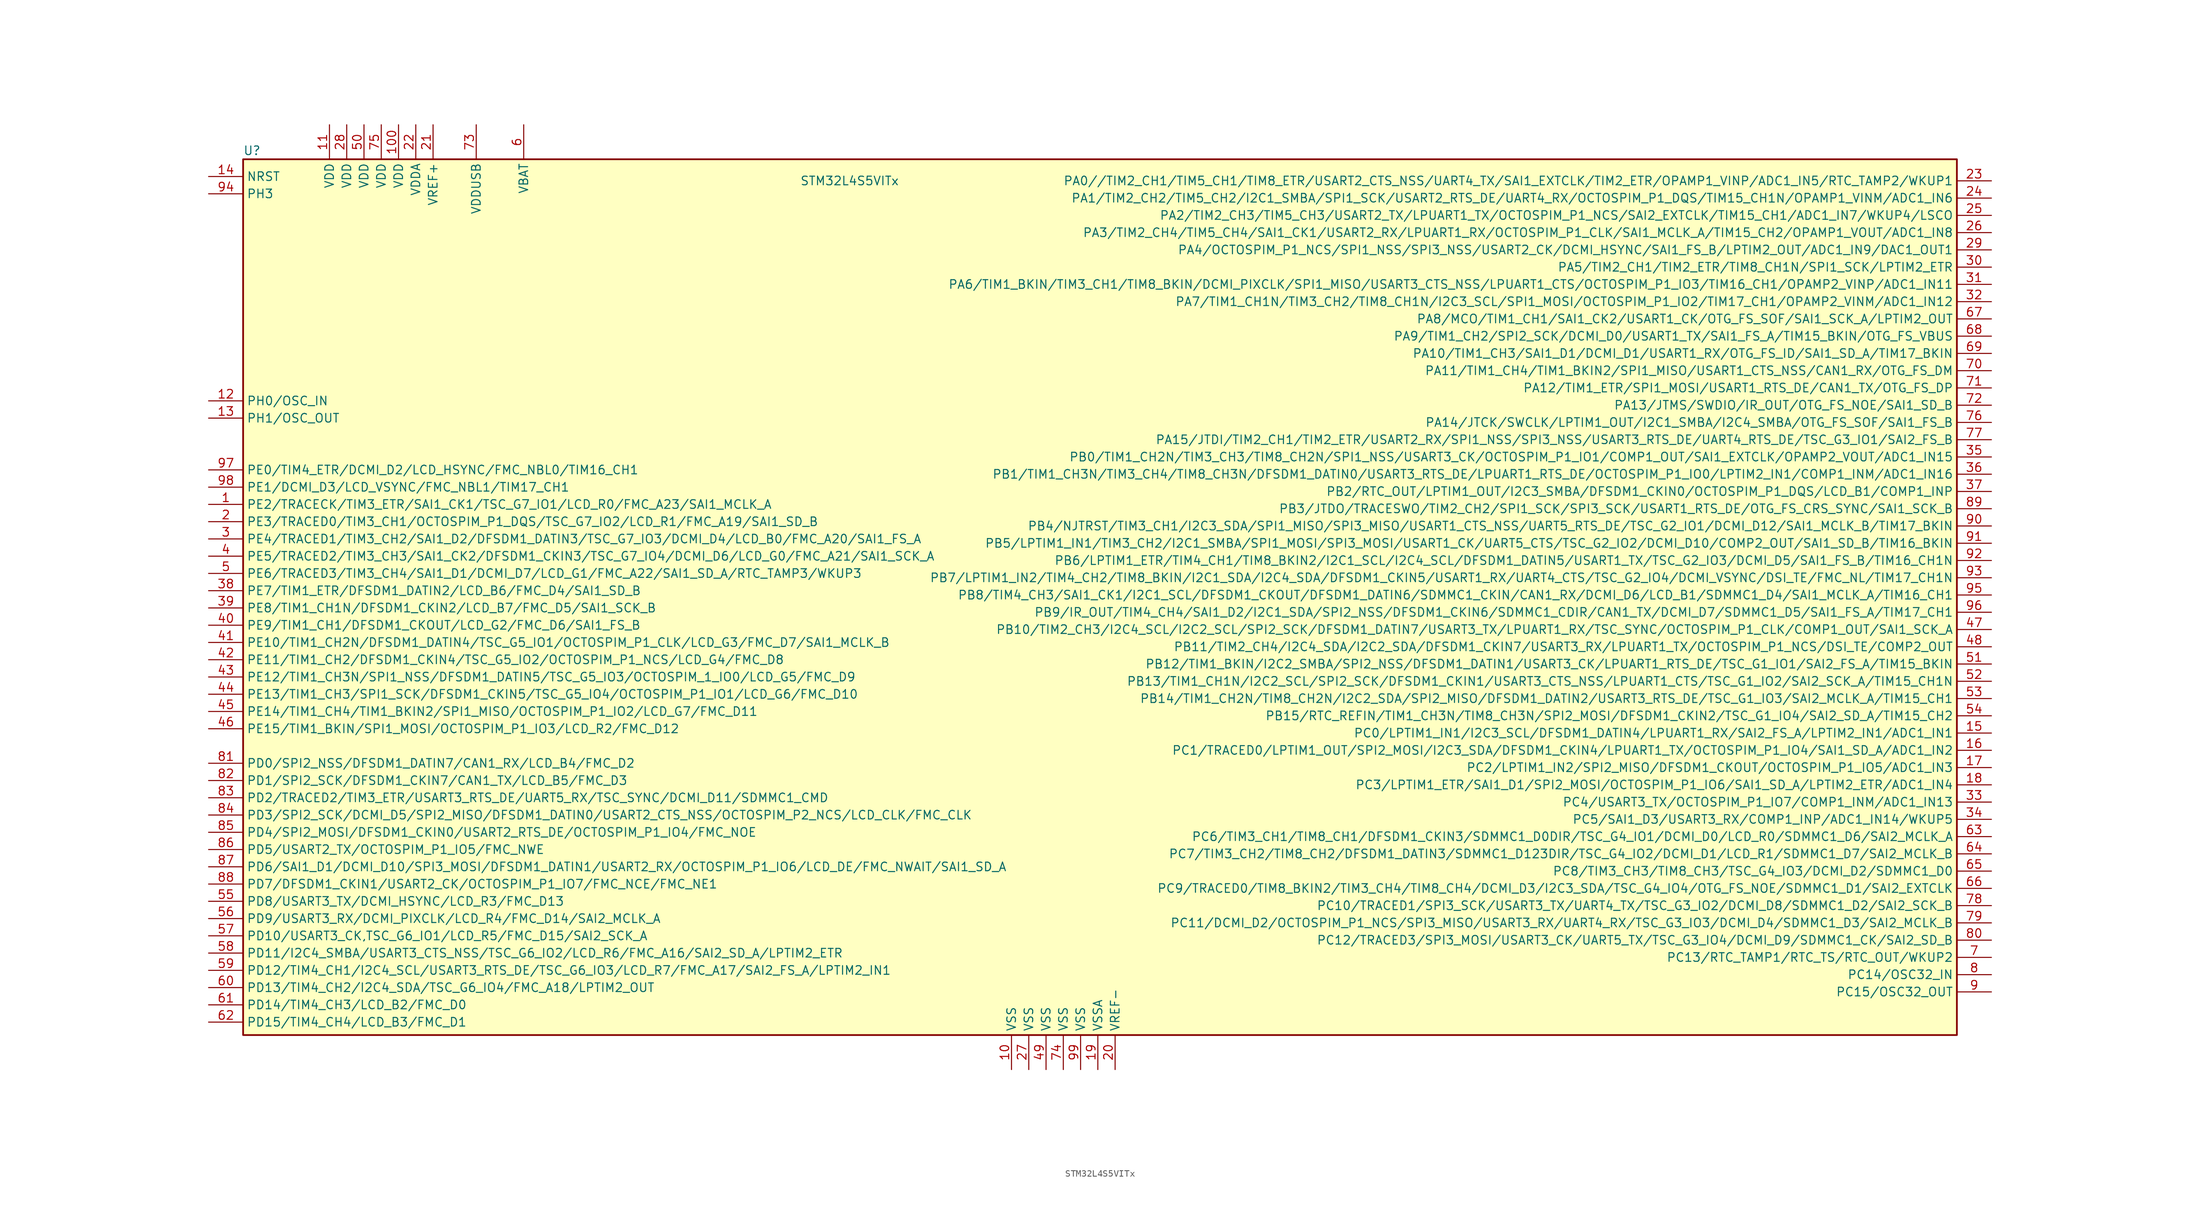
<source format=kicad_sym>
(kicad_symbol_lib
  (version 20201005)
  (generator kicad_symbol_editor)
  (symbol "STM32L4S5VITx:STM32L4S5VITx"
    (property "Reference" "U"
      (at -17.78 64.77 0)
      (effects (font (size 1.27 1.27)) (justify left)))
    (property "Value" "STM32L4S5VITx"
      (at 64.135 60.325 0)
      (effects (font (size 1.27 1.27)) (justify left)))
    (symbol "STM32L4S5VITx_0_1"
      (rectangle (start -17.78 63.5) (end 234.315 -65.405) (stroke (width 0.254)) (fill (type background))))
    (symbol "STM32L4S5VITx_1_1"
      (pin input line (at -22.86 60.96 0) (length 5.08) (name "NRST" (effects (font (size 1.27 1.27)))) (number "14" (effects (font (size 1.27 1.27)))))
      (pin bidirectional line (at 239.395 60.325 180) (length 5.08) (name "PA0//TIM2_CH1/TIM5_CH1/TIM8_ETR/USART2_CTS_NSS/UART4_TX/SAI1_EXTCLK/TIM2_ETR/OPAMP1_VINP/ADC1_IN5/RTC_TAMP2/WKUP1" (effects (font (size 1.27 1.27)))) (number "23" (effects (font (size 1.27 1.27)))))
      (pin bidirectional line (at 239.395 57.785 180) (length 5.08) (name "PA1/TIM2_CH2/TIM5_CH2/I2C1_SMBA/SPI1_SCK/USART2_RTS_DE/UART4_RX/OCTOSPIM_P1_DQS/TIM15_CH1N/OPAMP1_VINM/ADC1_IN6" (effects (font (size 1.27 1.27)))) (number "24" (effects (font (size 1.27 1.27)))))
      (pin bidirectional line (at 239.395 34.925 180) (length 5.08) (name "PA10/TIM1_CH3/SAI1_D1/DCMI_D1/USART1_RX/OTG_FS_ID/SAI1_SD_A/TIM17_BKIN" (effects (font (size 1.27 1.27)))) (number "69" (effects (font (size 1.27 1.27)))))
      (pin bidirectional line (at 239.395 32.385 180) (length 5.08) (name "PA11/TIM1_CH4/TIM1_BKIN2/SPI1_MISO/USART1_CTS_NSS/CAN1_RX/OTG_FS_DM" (effects (font (size 1.27 1.27)))) (number "70" (effects (font (size 1.27 1.27)))))
      (pin bidirectional line (at 239.395 29.845 180) (length 5.08) (name "PA12/TIM1_ETR/SPI1_MOSI/USART1_RTS_DE/CAN1_TX/OTG_FS_DP" (effects (font (size 1.27 1.27)))) (number "71" (effects (font (size 1.27 1.27)))))
      (pin bidirectional line (at 239.395 27.305 180) (length 5.08) (name "PA13/JTMS/SWDIO/IR_OUT/OTG_FS_NOE/SAI1_SD_B" (effects (font (size 1.27 1.27)))) (number "72" (effects (font (size 1.27 1.27)))))
      (pin bidirectional line (at 239.395 24.765 180) (length 5.08) (name "PA14/JTCK/SWCLK/LPTIM1_OUT/I2C1_SMBA/I2C4_SMBA/OTG_FS_SOF/SAI1_FS_B" (effects (font (size 1.27 1.27)))) (number "76" (effects (font (size 1.27 1.27)))))
      (pin bidirectional line (at 239.395 22.225 180) (length 5.08) (name "PA15/JTDI/TIM2_CH1/TIM2_ETR/USART2_RX/SPI1_NSS/SPI3_NSS/USART3_RTS_DE/UART4_RTS_DE/TSC_G3_IO1/SAI2_FS_B" (effects (font (size 1.27 1.27)))) (number "77" (effects (font (size 1.27 1.27)))))
      (pin bidirectional line (at 239.395 55.245 180) (length 5.08) (name "PA2/TIM2_CH3/TIM5_CH3/USART2_TX/LPUART1_TX/OCTOSPIM_P1_NCS/SAI2_EXTCLK/TIM15_CH1/ADC1_IN7/WKUP4/LSCO" (effects (font (size 1.27 1.27)))) (number "25" (effects (font (size 1.27 1.27)))))
      (pin bidirectional line (at 239.395 52.705 180) (length 5.08) (name "PA3/TIM2_CH4/TIM5_CH4/SAI1_CK1/USART2_RX/LPUART1_RX/OCTOSPIM_P1_CLK/SAI1_MCLK_A/TIM15_CH2/OPAMP1_VOUT/ADC1_IN8" (effects (font (size 1.27 1.27)))) (number "26" (effects (font (size 1.27 1.27)))))
      (pin bidirectional line (at 239.395 50.165 180) (length 5.08) (name "PA4/OCTOSPIM_P1_NCS/SPI1_NSS/SPI3_NSS/USART2_CK/DCMI_HSYNC/SAI1_FS_B/LPTIM2_OUT/ADC1_IN9/DAC1_OUT1" (effects (font (size 1.27 1.27)))) (number "29" (effects (font (size 1.27 1.27)))))
      (pin bidirectional line (at 239.395 47.625 180) (length 5.08) (name "PA5/TIM2_CH1/TIM2_ETR/TIM8_CH1N/SPI1_SCK/LPTIM2_ETR" (effects (font (size 1.27 1.27)))) (number "30" (effects (font (size 1.27 1.27)))))
      (pin bidirectional line (at 239.395 45.085 180) (length 5.08) (name "PA6/TIM1_BKIN/TIM3_CH1/TIM8_BKIN/DCMI_PIXCLK/SPI1_MISO/USART3_CTS_NSS/LPUART1_CTS/OCTOSPIM_P1_IO3/TIM16_CH1/OPAMP2_VINP/ADC1_IN11" (effects (font (size 1.27 1.27)))) (number "31" (effects (font (size 1.27 1.27)))))
      (pin bidirectional line (at 239.395 42.545 180) (length 5.08) (name "PA7/TIM1_CH1N/TIM3_CH2/TIM8_CH1N/I2C3_SCL/SPI1_MOSI/OCTOSPIM_P1_IO2/TIM17_CH1/OPAMP2_VINM/ADC1_IN12" (effects (font (size 1.27 1.27)))) (number "32" (effects (font (size 1.27 1.27)))))
      (pin bidirectional line (at 239.395 40.005 180) (length 5.08) (name "PA8/MCO/TIM1_CH1/SAI1_CK2/USART1_CK/OTG_FS_SOF/SAI1_SCK_A/LPTIM2_OUT" (effects (font (size 1.27 1.27)))) (number "67" (effects (font (size 1.27 1.27)))))
      (pin bidirectional line (at 239.395 37.465 180) (length 5.08) (name "PA9/TIM1_CH2/SPI2_SCK/DCMI_D0/USART1_TX/SAI1_FS_A/TIM15_BKIN/OTG_FS_VBUS" (effects (font (size 1.27 1.27)))) (number "68" (effects (font (size 1.27 1.27)))))
      (pin bidirectional line (at 239.395 19.685 180) (length 5.08) (name "PB0/TIM1_CH2N/TIM3_CH3/TIM8_CH2N/SPI1_NSS/USART3_CK/OCTOSPIM_P1_IO1/COMP1_OUT/SAI1_EXTCLK/OPAMP2_VOUT/ADC1_IN15" (effects (font (size 1.27 1.27)))) (number "35" (effects (font (size 1.27 1.27)))))
      (pin bidirectional line (at 239.395 17.145 180) (length 5.08) (name "PB1/TIM1_CH3N/TIM3_CH4/TIM8_CH3N/DFSDM1_DATIN0/USART3_RTS_DE/LPUART1_RTS_DE/OCTOSPIM_P1_IO0/LPTIM2_IN1/COMP1_INM/ADC1_IN16" (effects (font (size 1.27 1.27)))) (number "36" (effects (font (size 1.27 1.27)))))
      (pin bidirectional line (at 239.395 -5.715 180) (length 5.08) (name "PB10/TIM2_CH3/I2C4_SCL/I2C2_SCL/SPI2_SCK/DFSDM1_DATIN7/USART3_TX/LPUART1_RX/TSC_SYNC/OCTOSPIM_P1_CLK/COMP1_OUT/SAI1_SCK_A" (effects (font (size 1.27 1.27)))) (number "47" (effects (font (size 1.27 1.27)))))
      (pin bidirectional line (at 239.395 -8.255 180) (length 5.08) (name "PB11/TIM2_CH4/I2C4_SDA/I2C2_SDA/DFSDM1_CKIN7/USART3_RX/LPUART1_TX/OCTOSPIM_P1_NCS/DSI_TE/COMP2_OUT" (effects (font (size 1.27 1.27)))) (number "48" (effects (font (size 1.27 1.27)))))
      (pin bidirectional line (at 239.395 -10.795 180) (length 5.08) (name "PB12/TIM1_BKIN/I2C2_SMBA/SPI2_NSS/DFSDM1_DATIN1/USART3_CK/LPUART1_RTS_DE/TSC_G1_IO1/SAI2_FS_A/TIM15_BKIN" (effects (font (size 1.27 1.27)))) (number "51" (effects (font (size 1.27 1.27)))))
      (pin bidirectional line (at 239.395 -13.335 180) (length 5.08) (name "PB13/TIM1_CH1N/I2C2_SCL/SPI2_SCK/DFSDM1_CKIN1/USART3_CTS_NSS/LPUART1_CTS/TSC_G1_IO2/SAI2_SCK_A/TIM15_CH1N" (effects (font (size 1.27 1.27)))) (number "52" (effects (font (size 1.27 1.27)))))
      (pin bidirectional line (at 239.395 -15.875 180) (length 5.08) (name "PB14/TIM1_CH2N/TIM8_CH2N/I2C2_SDA/SPI2_MISO/DFSDM1_DATIN2/USART3_RTS_DE/TSC_G1_IO3/SAI2_MCLK_A/TIM15_CH1" (effects (font (size 1.27 1.27)))) (number "53" (effects (font (size 1.27 1.27)))))
      (pin bidirectional line (at 239.395 -18.415 180) (length 5.08) (name "PB15/RTC_REFIN/TIM1_CH3N/TIM8_CH3N/SPI2_MOSI/DFSDM1_CKIN2/TSC_G1_IO4/SAI2_SD_A/TIM15_CH2" (effects (font (size 1.27 1.27)))) (number "54" (effects (font (size 1.27 1.27)))))
      (pin bidirectional line (at 239.395 14.605 180) (length 5.08) (name "PB2/RTC_OUT/LPTIM1_OUT/I2C3_SMBA/DFSDM1_CKIN0/OCTOSPIM_P1_DQS/LCD_B1/COMP1_INP" (effects (font (size 1.27 1.27)))) (number "37" (effects (font (size 1.27 1.27)))))
      (pin bidirectional line (at 239.395 12.065 180) (length 5.08) (name "PB3/JTDO/TRACESWO/TIM2_CH2/SPI1_SCK/SPI3_SCK/USART1_RTS_DE/OTG_FS_CRS_SYNC/SAI1_SCK_B" (effects (font (size 1.27 1.27)))) (number "89" (effects (font (size 1.27 1.27)))))
      (pin bidirectional line (at 239.395 9.525 180) (length 5.08) (name "PB4/NJTRST/TIM3_CH1/I2C3_SDA/SPI1_MISO/SPI3_MISO/USART1_CTS_NSS/UART5_RTS_DE/TSC_G2_IO1/DCMI_D12/SAI1_MCLK_B/TIM17_BKIN" (effects (font (size 1.27 1.27)))) (number "90" (effects (font (size 1.27 1.27)))))
      (pin bidirectional line (at 239.395 6.985 180) (length 5.08) (name "PB5/LPTIM1_IN1/TIM3_CH2/I2C1_SMBA/SPI1_MOSI/SPI3_MOSI/USART1_CK/UART5_CTS/TSC_G2_IO2/DCMI_D10/COMP2_OUT/SAI1_SD_B/TIM16_BKIN" (effects (font (size 1.27 1.27)))) (number "91" (effects (font (size 1.27 1.27)))))
      (pin bidirectional line (at 239.395 4.445 180) (length 5.08) (name "PB6/LPTIM1_ETR/TIM4_CH1/TIM8_BKIN2/I2C1_SCL/I2C4_SCL/DFSDM1_DATIN5/USART1_TX/TSC_G2_IO3/DCMI_D5/SAI1_FS_B/TIM16_CH1N" (effects (font (size 1.27 1.27)))) (number "92" (effects (font (size 1.27 1.27)))))
      (pin bidirectional line (at 239.395 1.905 180) (length 5.08) (name "PB7/LPTIM1_IN2/TIM4_CH2/TIM8_BKIN/I2C1_SDA/I2C4_SDA/DFSDM1_CKIN5/USART1_RX/UART4_CTS/TSC_G2_IO4/DCMI_VSYNC/DSI_TE/FMC_NL/TIM17_CH1N" (effects (font (size 1.27 1.27)))) (number "93" (effects (font (size 1.27 1.27)))))
      (pin bidirectional line (at 239.395 -0.635 180) (length 5.08) (name "PB8/TIM4_CH3/SAI1_CK1/I2C1_SCL/DFSDM1_CKOUT/DFSDM1_DATIN6/SDMMC1_CKIN/CAN1_RX/DCMI_D6/LCD_B1/SDMMC1_D4/SAI1_MCLK_A/TIM16_CH1" (effects (font (size 1.27 1.27)))) (number "95" (effects (font (size 1.27 1.27)))))
      (pin bidirectional line (at 239.395 -3.175 180) (length 5.08) (name "PB9/IR_OUT/TIM4_CH4/SAI1_D2/I2C1_SDA/SPI2_NSS/DFSDM1_CKIN6/SDMMC1_CDIR/CAN1_TX/DCMI_D7/SDMMC1_D5/SAI1_FS_A/TIM17_CH1" (effects (font (size 1.27 1.27)))) (number "96" (effects (font (size 1.27 1.27)))))
      (pin bidirectional line (at 239.395 -20.955 180) (length 5.08) (name "PC0/LPTIM1_IN1/I2C3_SCL/DFSDM1_DATIN4/LPUART1_RX/SAI2_FS_A/LPTIM2_IN1/ADC1_IN1" (effects (font (size 1.27 1.27)))) (number "15" (effects (font (size 1.27 1.27)))))
      (pin bidirectional line (at 239.395 -23.495 180) (length 5.08) (name "PC1/TRACED0/LPTIM1_OUT/SPI2_MOSI/I2C3_SDA/DFSDM1_CKIN4/LPUART1_TX/OCTOSPIM_P1_IO4/SAI1_SD_A/ADC1_IN2" (effects (font (size 1.27 1.27)))) (number "16" (effects (font (size 1.27 1.27)))))
      (pin bidirectional line (at 239.395 -46.355 180) (length 5.08) (name "PC10/TRACED1/SPI3_SCK/USART3_TX/UART4_TX/TSC_G3_IO2/DCMI_D8/SDMMC1_D2/SAI2_SCK_B" (effects (font (size 1.27 1.27)))) (number "78" (effects (font (size 1.27 1.27)))))
      (pin bidirectional line (at 239.395 -48.895 180) (length 5.08) (name "PC11/DCMI_D2/OCTOSPIM_P1_NCS/SPI3_MISO/USART3_RX/UART4_RX/TSC_G3_IO3/DCMI_D4/SDMMC1_D3/SAI2_MCLK_B" (effects (font (size 1.27 1.27)))) (number "79" (effects (font (size 1.27 1.27)))))
      (pin bidirectional line (at 239.395 -51.435 180) (length 5.08) (name "PC12/TRACED3/SPI3_MOSI/USART3_CK/UART5_TX/TSC_G3_IO4/DCMI_D9/SDMMC1_CK/SAI2_SD_B" (effects (font (size 1.27 1.27)))) (number "80" (effects (font (size 1.27 1.27)))))
      (pin bidirectional line (at 239.395 -53.975 180) (length 5.08) (name "PC13/RTC_TAMP1/RTC_TS/RTC_OUT/WKUP2" (effects (font (size 1.27 1.27)))) (number "7" (effects (font (size 1.27 1.27)))))
      (pin bidirectional line (at 239.395 -56.515 180) (length 5.08) (name "PC14/OSC32_IN" (effects (font (size 1.27 1.27)))) (number "8" (effects (font (size 1.27 1.27)))))
      (pin bidirectional line (at 239.395 -59.055 180) (length 5.08) (name "PC15/OSC32_OUT" (effects (font (size 1.27 1.27)))) (number "9" (effects (font (size 1.27 1.27)))))
      (pin bidirectional line (at 239.395 -26.035 180) (length 5.08) (name "PC2/LPTIM1_IN2/SPI2_MISO/DFSDM1_CKOUT/OCTOSPIM_P1_IO5/ADC1_IN3" (effects (font (size 1.27 1.27)))) (number "17" (effects (font (size 1.27 1.27)))))
      (pin bidirectional line (at 239.395 -28.575 180) (length 5.08) (name "PC3/LPTIM1_ETR/SAI1_D1/SPI2_MOSI/OCTOSPIM_P1_IO6/SAI1_SD_A/LPTIM2_ETR/ADC1_IN4" (effects (font (size 1.27 1.27)))) (number "18" (effects (font (size 1.27 1.27)))))
      (pin bidirectional line (at 239.395 -31.115 180) (length 5.08) (name "PC4/USART3_TX/OCTOSPIM_P1_IO7/COMP1_INM/ADC1_IN13" (effects (font (size 1.27 1.27)))) (number "33" (effects (font (size 1.27 1.27)))))
      (pin bidirectional line (at 239.395 -33.655 180) (length 5.08) (name "PC5/SAI1_D3/USART3_RX/COMP1_INP/ADC1_IN14/WKUP5" (effects (font (size 1.27 1.27)))) (number "34" (effects (font (size 1.27 1.27)))))
      (pin bidirectional line (at 239.395 -36.195 180) (length 5.08) (name "PC6/TIM3_CH1/TIM8_CH1/DFSDM1_CKIN3/SDMMC1_D0DIR/TSC_G4_IO1/DCMI_D0/LCD_R0/SDMMC1_D6/SAI2_MCLK_A" (effects (font (size 1.27 1.27)))) (number "63" (effects (font (size 1.27 1.27)))))
      (pin bidirectional line (at 239.395 -38.735 180) (length 5.08) (name "PC7/TIM3_CH2/TIM8_CH2/DFSDM1_DATIN3/SDMMC1_D123DIR/TSC_G4_IO2/DCMI_D1/LCD_R1/SDMMC1_D7/SAI2_MCLK_B" (effects (font (size 1.27 1.27)))) (number "64" (effects (font (size 1.27 1.27)))))
      (pin bidirectional line (at 239.395 -41.275 180) (length 5.08) (name "PC8/TIM3_CH3/TIM8_CH3/TSC_G4_IO3/DCMI_D2/SDMMC1_D0" (effects (font (size 1.27 1.27)))) (number "65" (effects (font (size 1.27 1.27)))))
      (pin bidirectional line (at 239.395 -43.815 180) (length 5.08) (name "PC9/TRACED0/TIM8_BKIN2/TIM3_CH4/TIM8_CH4/DCMI_D3/I2C3_SDA/TSC_G4_IO4/OTG_FS_NOE/SDMMC1_D1/SAI2_EXTCLK" (effects (font (size 1.27 1.27)))) (number "66" (effects (font (size 1.27 1.27)))))
      (pin bidirectional line (at -22.86 -25.4 0) (length 5.08) (name "PD0/SPI2_NSS/DFSDM1_DATIN7/CAN1_RX/LCD_B4/FMC_D2" (effects (font (size 1.27 1.27)))) (number "81" (effects (font (size 1.27 1.27)))))
      (pin bidirectional line (at -22.86 -27.94 0) (length 5.08) (name "PD1/SPI2_SCK/DFSDM1_CKIN7/CAN1_TX/LCD_B5/FMC_D3" (effects (font (size 1.27 1.27)))) (number "82" (effects (font (size 1.27 1.27)))))
      (pin bidirectional line (at -22.86 -50.8 0) (length 5.08) (name "PD10/USART3_CK,TSC_G6_IO1/LCD_R5/FMC_D15/SAI2_SCK_A" (effects (font (size 1.27 1.27)))) (number "57" (effects (font (size 1.27 1.27)))))
      (pin bidirectional line (at -22.86 -53.34 0) (length 5.08) (name "PD11/I2C4_SMBA/USART3_CTS_NSS/TSC_G6_IO2/LCD_R6/FMC_A16/SAI2_SD_A/LPTIM2_ETR" (effects (font (size 1.27 1.27)))) (number "58" (effects (font (size 1.27 1.27)))))
      (pin bidirectional line (at -22.86 -55.88 0) (length 5.08) (name "PD12/TIM4_CH1/I2C4_SCL/USART3_RTS_DE/TSC_G6_IO3/LCD_R7/FMC_A17/SAI2_FS_A/LPTIM2_IN1" (effects (font (size 1.27 1.27)))) (number "59" (effects (font (size 1.27 1.27)))))
      (pin bidirectional line (at -22.86 -58.42 0) (length 5.08) (name "PD13/TIM4_CH2/I2C4_SDA/TSC_G6_IO4/FMC_A18/LPTIM2_OUT" (effects (font (size 1.27 1.27)))) (number "60" (effects (font (size 1.27 1.27)))))
      (pin bidirectional line (at -22.86 -60.96 0) (length 5.08) (name "PD14/TIM4_CH3/LCD_B2/FMC_D0" (effects (font (size 1.27 1.27)))) (number "61" (effects (font (size 1.27 1.27)))))
      (pin bidirectional line (at -22.86 -63.5 0) (length 5.08) (name "PD15/TIM4_CH4/LCD_B3/FMC_D1" (effects (font (size 1.27 1.27)))) (number "62" (effects (font (size 1.27 1.27)))))
      (pin bidirectional line (at -22.86 -30.48 0) (length 5.08) (name "PD2/TRACED2/TIM3_ETR/USART3_RTS_DE/UART5_RX/TSC_SYNC/DCMI_D11/SDMMC1_CMD" (effects (font (size 1.27 1.27)))) (number "83" (effects (font (size 1.27 1.27)))))
      (pin bidirectional line (at -22.86 -33.02 0) (length 5.08) (name "PD3/SPI2_SCK/DCMI_D5/SPI2_MISO/DFSDM1_DATIN0/USART2_CTS_NSS/OCTOSPIM_P2_NCS/LCD_CLK/FMC_CLK" (effects (font (size 1.27 1.27)))) (number "84" (effects (font (size 1.27 1.27)))))
      (pin bidirectional line (at -22.86 -35.56 0) (length 5.08) (name "PD4/SPI2_MOSI/DFSDM1_CKIN0/USART2_RTS_DE/OCTOSPIM_P1_IO4/FMC_NOE" (effects (font (size 1.27 1.27)))) (number "85" (effects (font (size 1.27 1.27)))))
      (pin bidirectional line (at -22.86 -38.1 0) (length 5.08) (name "PD5/USART2_TX/OCTOSPIM_P1_IO5/FMC_NWE" (effects (font (size 1.27 1.27)))) (number "86" (effects (font (size 1.27 1.27)))))
      (pin bidirectional line (at -22.86 -40.64 0) (length 5.08) (name "PD6/SAI1_D1/DCMI_D10/SPI3_MOSI/DFSDM1_DATIN1/USART2_RX/OCTOSPIM_P1_IO6/LCD_DE/FMC_NWAIT/SAI1_SD_A" (effects (font (size 1.27 1.27)))) (number "87" (effects (font (size 1.27 1.27)))))
      (pin bidirectional line (at -22.86 -43.18 0) (length 5.08) (name "PD7/DFSDM1_CKIN1/USART2_CK/OCTOSPIM_P1_IO7/FMC_NCE/FMC_NE1" (effects (font (size 1.27 1.27)))) (number "88" (effects (font (size 1.27 1.27)))))
      (pin bidirectional line (at -22.86 -45.72 0) (length 5.08) (name "PD8/USART3_TX/DCMI_HSYNC/LCD_R3/FMC_D13" (effects (font (size 1.27 1.27)))) (number "55" (effects (font (size 1.27 1.27)))))
      (pin bidirectional line (at -22.86 -48.26 0) (length 5.08) (name "PD9/USART3_RX/DCMI_PIXCLK/LCD_R4/FMC_D14/SAI2_MCLK_A" (effects (font (size 1.27 1.27)))) (number "56" (effects (font (size 1.27 1.27)))))
      (pin bidirectional line (at -22.86 17.78 0) (length 5.08) (name "PE0/TIM4_ETR/DCMI_D2/LCD_HSYNC/FMC_NBL0/TIM16_CH1" (effects (font (size 1.27 1.27)))) (number "97" (effects (font (size 1.27 1.27)))))
      (pin bidirectional line (at -22.86 15.24 0) (length 5.08) (name "PE1/DCMI_D3/LCD_VSYNC/FMC_NBL1/TIM17_CH1" (effects (font (size 1.27 1.27)))) (number "98" (effects (font (size 1.27 1.27)))))
      (pin bidirectional line (at -22.86 -7.62 0) (length 5.08) (name "PE10/TIM1_CH2N/DFSDM1_DATIN4/TSC_G5_IO1/OCTOSPIM_P1_CLK/LCD_G3/FMC_D7/SAI1_MCLK_B" (effects (font (size 1.27 1.27)))) (number "41" (effects (font (size 1.27 1.27)))))
      (pin bidirectional line (at -22.86 -10.16 0) (length 5.08) (name "PE11/TIM1_CH2/DFSDM1_CKIN4/TSC_G5_IO2/OCTOSPIM_P1_NCS/LCD_G4/FMC_D8" (effects (font (size 1.27 1.27)))) (number "42" (effects (font (size 1.27 1.27)))))
      (pin bidirectional line (at -22.86 -12.7 0) (length 5.08) (name "PE12/TIM1_CH3N/SPI1_NSS/DFSDM1_DATIN5/TSC_G5_IO3/OCTOSPIM_1_IO0/LCD_G5/FMC_D9" (effects (font (size 1.27 1.27)))) (number "43" (effects (font (size 1.27 1.27)))))
      (pin bidirectional line (at -22.86 -15.24 0) (length 5.08) (name "PE13/TIM1_CH3/SPI1_SCK/DFSDM1_CKIN5/TSC_G5_IO4/OCTOSPIM_P1_IO1/LCD_G6/FMC_D10" (effects (font (size 1.27 1.27)))) (number "44" (effects (font (size 1.27 1.27)))))
      (pin bidirectional line (at -22.86 -17.78 0) (length 5.08) (name "PE14/TIM1_CH4/TIM1_BKIN2/SPI1_MISO/OCTOSPIM_P1_IO2/LCD_G7/FMC_D11" (effects (font (size 1.27 1.27)))) (number "45" (effects (font (size 1.27 1.27)))))
      (pin bidirectional line (at -22.86 -20.32 0) (length 5.08) (name "PE15/TIM1_BKIN/SPI1_MOSI/OCTOSPIM_P1_IO3/LCD_R2/FMC_D12" (effects (font (size 1.27 1.27)))) (number "46" (effects (font (size 1.27 1.27)))))
      (pin bidirectional line (at -22.86 12.7 0) (length 5.08) (name "PE2/TRACECK/TIM3_ETR/SAI1_CK1/TSC_G7_IO1/LCD_R0/FMC_A23/SAI1_MCLK_A" (effects (font (size 1.27 1.27)))) (number "1" (effects (font (size 1.27 1.27)))))
      (pin bidirectional line (at -22.86 10.16 0) (length 5.08) (name "PE3/TRACED0/TIM3_CH1/OCTOSPIM_P1_DQS/TSC_G7_IO2/LCD_R1/FMC_A19/SAI1_SD_B" (effects (font (size 1.27 1.27)))) (number "2" (effects (font (size 1.27 1.27)))))
      (pin bidirectional line (at -22.86 7.62 0) (length 5.08) (name "PE4/TRACED1/TIM3_CH2/SAI1_D2/DFSDM1_DATIN3/TSC_G7_IO3/DCMI_D4/LCD_B0/FMC_A20/SAI1_FS_A" (effects (font (size 1.27 1.27)))) (number "3" (effects (font (size 1.27 1.27)))))
      (pin bidirectional line (at -22.86 5.08 0) (length 5.08) (name "PE5/TRACED2/TIM3_CH3/SAI1_CK2/DFSDM1_CKIN3/TSC_G7_IO4/DCMI_D6/LCD_G0/FMC_A21/SAI1_SCK_A" (effects (font (size 1.27 1.27)))) (number "4" (effects (font (size 1.27 1.27)))))
      (pin bidirectional line (at -22.86 2.54 0) (length 5.08) (name "PE6/TRACED3/TIM3_CH4/SAI1_D1/DCMI_D7/LCD_G1/FMC_A22/SAI1_SD_A/RTC_TAMP3/WKUP3" (effects (font (size 1.27 1.27)))) (number "5" (effects (font (size 1.27 1.27)))))
      (pin bidirectional line (at -22.86 0 0) (length 5.08) (name "PE7/TIM1_ETR/DFSDM1_DATIN2/LCD_B6/FMC_D4/SAI1_SD_B" (effects (font (size 1.27 1.27)))) (number "38" (effects (font (size 1.27 1.27)))))
      (pin bidirectional line (at -22.86 -2.54 0) (length 5.08) (name "PE8/TIM1_CH1N/DFSDM1_CKIN2/LCD_B7/FMC_D5/SAI1_SCK_B" (effects (font (size 1.27 1.27)))) (number "39" (effects (font (size 1.27 1.27)))))
      (pin bidirectional line (at -22.86 -5.08 0) (length 5.08) (name "PE9/TIM1_CH1/DFSDM1_CKOUT/LCD_G2/FMC_D6/SAI1_FS_B" (effects (font (size 1.27 1.27)))) (number "40" (effects (font (size 1.27 1.27)))))
      (pin input line (at -22.86 27.94 0) (length 5.08) (name "PH0/OSC_IN" (effects (font (size 1.27 1.27)))) (number "12" (effects (font (size 1.27 1.27)))))
      (pin input line (at -22.86 25.4 0) (length 5.08) (name "PH1/OSC_OUT" (effects (font (size 1.27 1.27)))) (number "13" (effects (font (size 1.27 1.27)))))
      (pin bidirectional line (at -22.86 58.42 0) (length 5.08) (name "PH3" (effects (font (size 1.27 1.27)))) (number "94" (effects (font (size 1.27 1.27)))))
      (pin power_in line (at 23.495 68.58 270) (length 5.08) (name "VBAT" (effects (font (size 1.27 1.27)))) (number "6" (effects (font (size 1.27 1.27)))))
      (pin power_in line (at 5.08 68.58 270) (length 5.08) (name "VDD" (effects (font (size 1.27 1.27)))) (number "100" (effects (font (size 1.27 1.27)))))
      (pin power_in line (at -5.08 68.58 270) (length 5.08) (name "VDD" (effects (font (size 1.27 1.27)))) (number "11" (effects (font (size 1.27 1.27)))))
      (pin power_in line (at -2.54 68.58 270) (length 5.08) (name "VDD" (effects (font (size 1.27 1.27)))) (number "28" (effects (font (size 1.27 1.27)))))
      (pin power_in line (at 0 68.58 270) (length 5.08) (name "VDD" (effects (font (size 1.27 1.27)))) (number "50" (effects (font (size 1.27 1.27)))))
      (pin power_in line (at 2.54 68.58 270) (length 5.08) (name "VDD" (effects (font (size 1.27 1.27)))) (number "75" (effects (font (size 1.27 1.27)))))
      (pin power_in line (at 7.62 68.58 270) (length 5.08) (name "VDDA" (effects (font (size 1.27 1.27)))) (number "22" (effects (font (size 1.27 1.27)))))
      (pin power_in line (at 16.51 68.58 270) (length 5.08) (name "VDDUSB" (effects (font (size 1.27 1.27)))) (number "73" (effects (font (size 1.27 1.27)))))
      (pin bidirectional line (at 10.16 68.58 270) (length 5.08) (name "VREF+" (effects (font (size 1.27 1.27)))) (number "21" (effects (font (size 1.27 1.27)))))
      (pin power_in line (at 110.49 -70.485 90) (length 5.08) (name "VREF-" (effects (font (size 1.27 1.27)))) (number "20" (effects (font (size 1.27 1.27)))))
      (pin power_in line (at 95.25 -70.485 90) (length 5.08) (name "VSS" (effects (font (size 1.27 1.27)))) (number "10" (effects (font (size 1.27 1.27)))))
      (pin power_in line (at 97.79 -70.485 90) (length 5.08) (name "VSS" (effects (font (size 1.27 1.27)))) (number "27" (effects (font (size 1.27 1.27)))))
      (pin power_in line (at 100.33 -70.485 90) (length 5.08) (name "VSS" (effects (font (size 1.27 1.27)))) (number "49" (effects (font (size 1.27 1.27)))))
      (pin power_in line (at 102.87 -70.485 90) (length 5.08) (name "VSS" (effects (font (size 1.27 1.27)))) (number "74" (effects (font (size 1.27 1.27)))))
      (pin power_in line (at 105.41 -70.485 90) (length 5.08) (name "VSS" (effects (font (size 1.27 1.27)))) (number "99" (effects (font (size 1.27 1.27)))))
      (pin power_in line (at 107.95 -70.485 90) (length 5.08) (name "VSSA" (effects (font (size 1.27 1.27)))) (number "19" (effects (font (size 1.27 1.27))))))))
</source>
